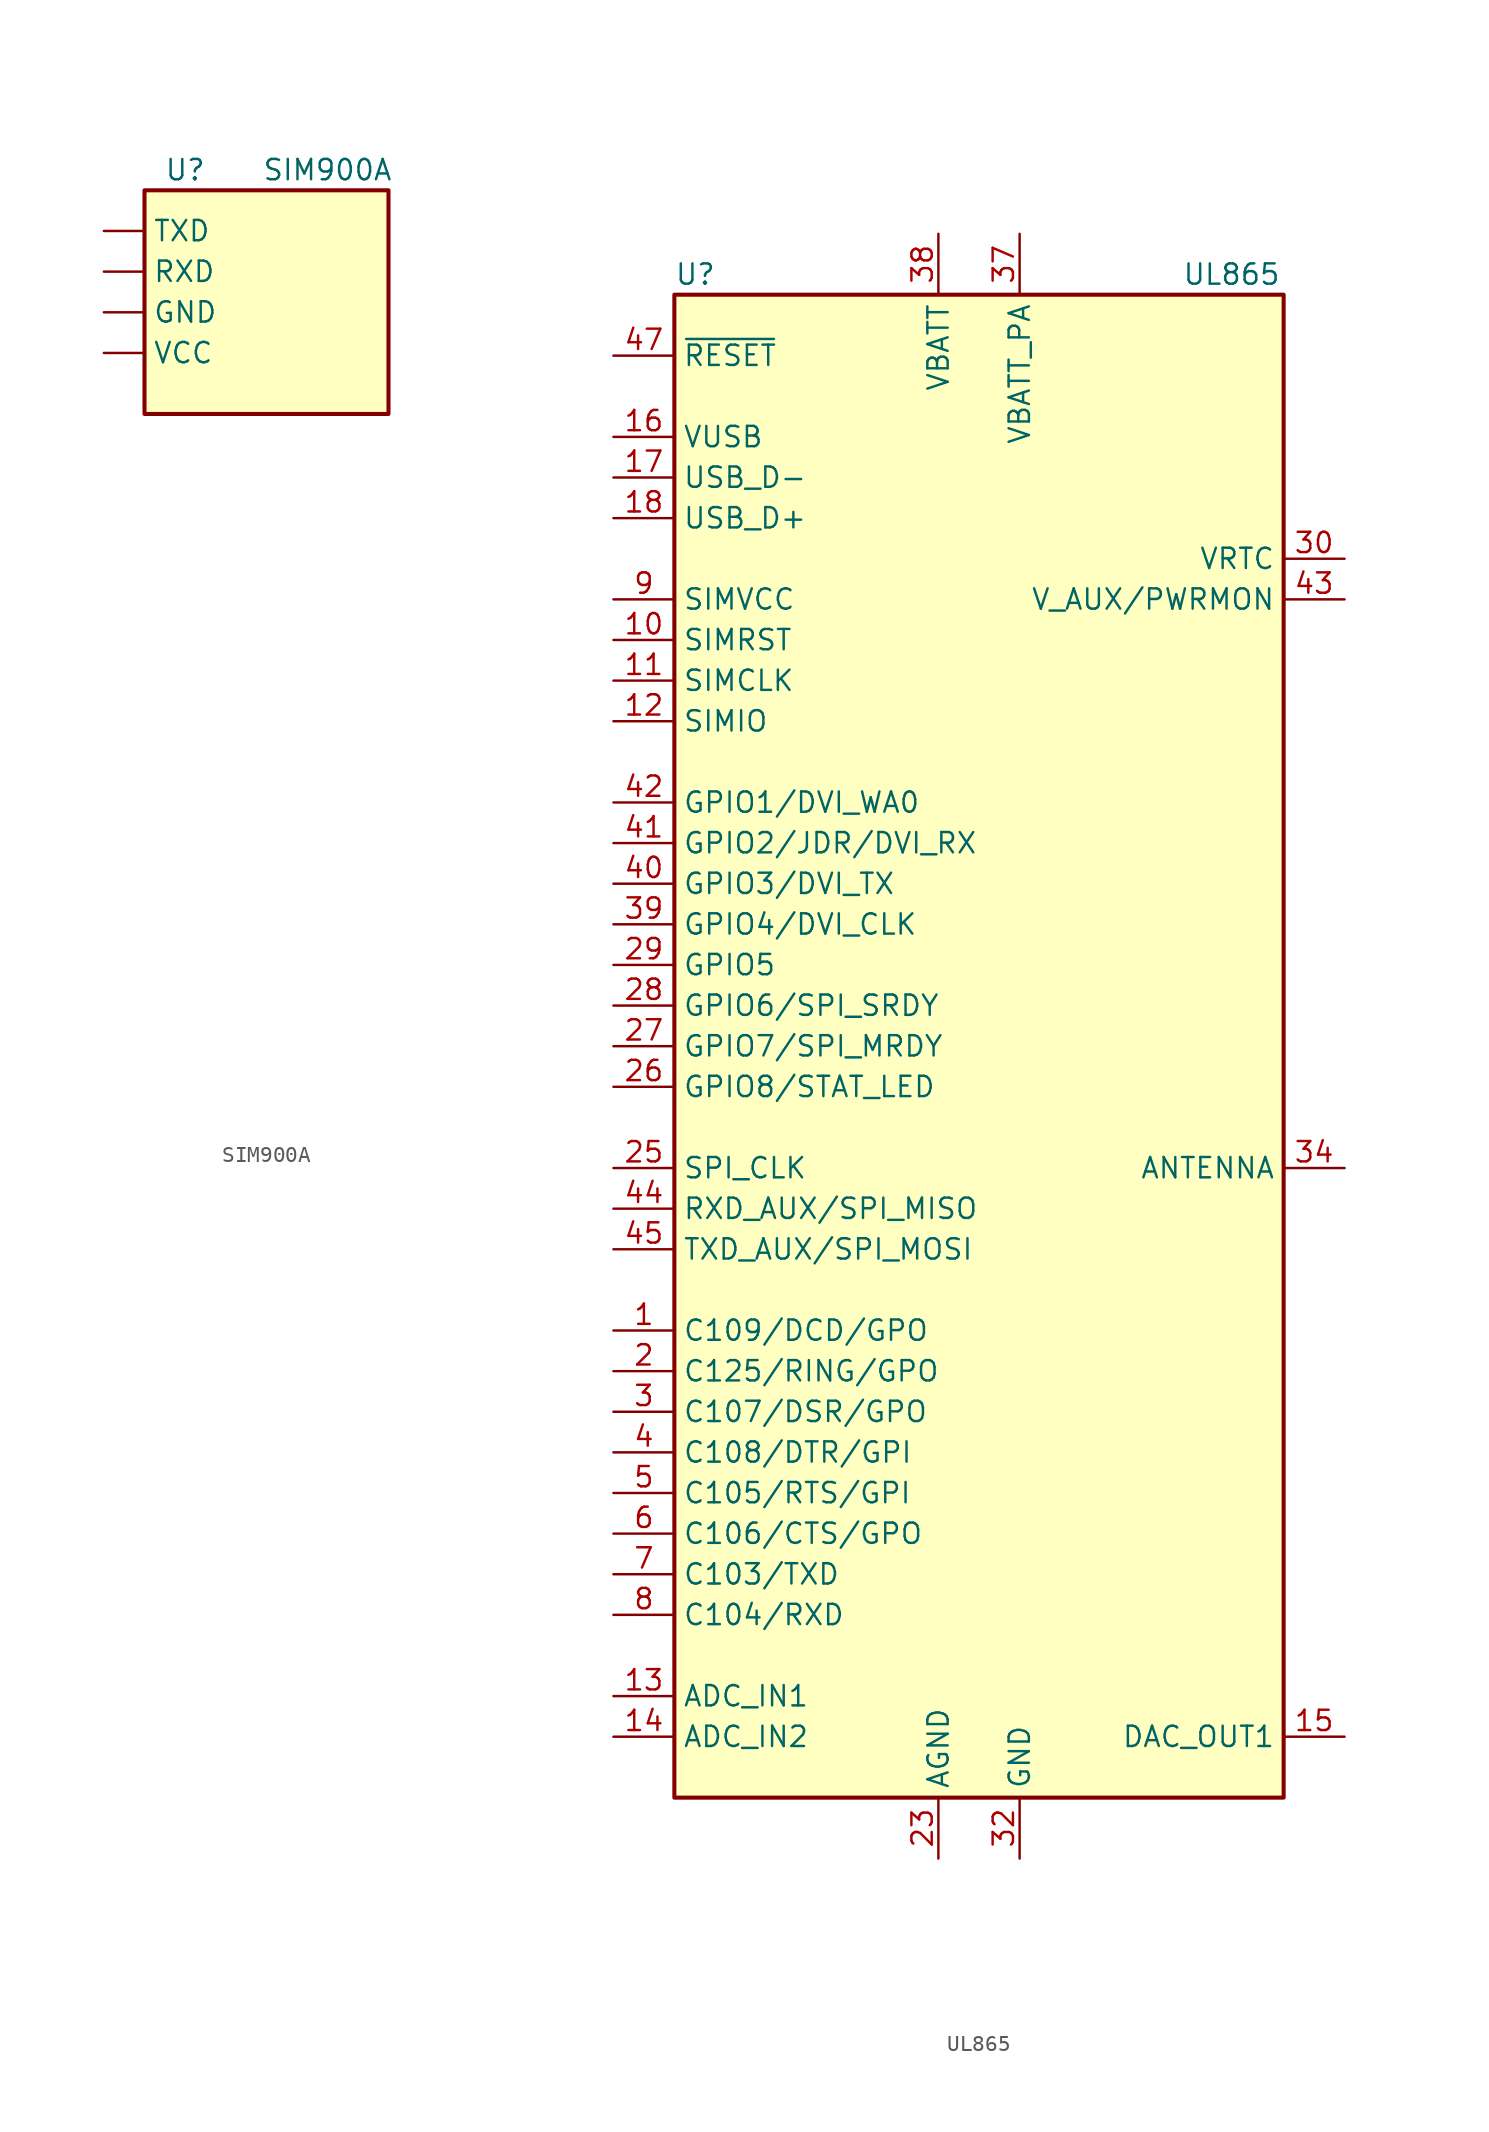
<source format=kicad_sym>
(kicad_symbol_lib
  (version 20211014)
  (generator kicad_symbol_editor)
  (symbol "SIM900A"
    (property "Reference" "U"
      (at -15.24 26.67 0)
      (effects (font (size 1.27 1.27))))
    (property "Value" "SIM900A"
      (at -6.35 26.67 0)
      (effects (font (size 1.27 1.27))))
    (symbol "SIM900A_0_1"
      (rectangle (start -17.78 25.4) (end -2.54 11.43) (stroke (width 0.254) (type default) (color 0 0 0 0)) (fill (type background))))
    (symbol "SIM900A_1_1"
      (pin passive line (at -20.32 17.78 0) (length 2.54) (name "GND" (effects (font (size 1.27 1.27)))) (number "" (effects (font (size 1.27 1.27)))))
      (pin input line (at -20.32 20.32 0) (length 2.54) (name "RXD" (effects (font (size 1.27 1.27)))) (number "" (effects (font (size 1.27 1.27)))))
      (pin output line (at -20.32 22.86 0) (length 2.54) (name "TXD" (effects (font (size 1.27 1.27)))) (number "" (effects (font (size 1.27 1.27)))))
      (pin power_in line (at -20.32 15.24 0) (length 2.54) (name "VCC" (effects (font (size 1.27 1.27)))) (number "" (effects (font (size 1.27 1.27)))))
      (pin passive line (at 0 -27.94 90) (length 2.54) hide (name "GND" (effects (font (size 1.27 1.27)))) (number "13" (effects (font (size 1.27 1.27)))))
      (pin passive line (at 0 -27.94 90) (length 2.54) hide (name "GND" (effects (font (size 1.27 1.27)))) (number "19" (effects (font (size 1.27 1.27)))))
      (pin passive line (at 0 -27.94 90) (length 2.54) hide (name "GND" (effects (font (size 1.27 1.27)))) (number "21" (effects (font (size 1.27 1.27)))))
      (pin passive line (at 0 -27.94 90) (length 2.54) hide (name "GND" (effects (font (size 1.27 1.27)))) (number "27" (effects (font (size 1.27 1.27)))))
      (pin passive line (at 0 -27.94 90) (length 2.54) hide (name "GND" (effects (font (size 1.27 1.27)))) (number "30" (effects (font (size 1.27 1.27)))))
      (pin passive line (at 0 -27.94 90) (length 2.54) hide (name "GND" (effects (font (size 1.27 1.27)))) (number "31" (effects (font (size 1.27 1.27)))))
      (pin passive line (at 0 -27.94 90) (length 2.54) hide (name "GND" (effects (font (size 1.27 1.27)))) (number "33" (effects (font (size 1.27 1.27)))))
      (pin passive line (at 0 -27.94 90) (length 2.54) hide (name "GND" (effects (font (size 1.27 1.27)))) (number "36" (effects (font (size 1.27 1.27)))))
      (pin passive line (at 0 -27.94 90) (length 2.54) hide (name "GND" (effects (font (size 1.27 1.27)))) (number "37" (effects (font (size 1.27 1.27)))))))
  (symbol "UL865"
    (property "Reference" "U"
      (at -19.05 43.18 0)
      (effects (font (size 1.27 1.27)) (justify left)))
    (property "Value" "UL865"
      (at 12.7 43.18 0)
      (effects (font (size 1.27 1.27)) (justify left)))
    (symbol "UL865_0_1"
      (rectangle (start -19.05 41.91) (end 19.05 -52.07) (stroke (width 0.254) (type default) (color 0 0 0 0)) (fill (type background))))
    (symbol "UL865_1_1"
      (pin output line (at -22.86 -22.86 0) (length 3.81) (name "C109/DCD/GPO" (effects (font (size 1.27 1.27)))) (number "1" (effects (font (size 1.27 1.27)))))
      (pin output line (at -22.86 20.32 0) (length 3.81) (name "SIMRST" (effects (font (size 1.27 1.27)))) (number "10" (effects (font (size 1.27 1.27)))))
      (pin output line (at -22.86 17.78 0) (length 3.81) (name "SIMCLK" (effects (font (size 1.27 1.27)))) (number "11" (effects (font (size 1.27 1.27)))))
      (pin bidirectional line (at -22.86 15.24 0) (length 3.81) (name "SIMIO" (effects (font (size 1.27 1.27)))) (number "12" (effects (font (size 1.27 1.27)))))
      (pin input line (at -22.86 -45.72 0) (length 3.81) (name "ADC_IN1" (effects (font (size 1.27 1.27)))) (number "13" (effects (font (size 1.27 1.27)))))
      (pin input line (at -22.86 -48.26 0) (length 3.81) (name "ADC_IN2" (effects (font (size 1.27 1.27)))) (number "14" (effects (font (size 1.27 1.27)))))
      (pin output line (at 22.86 -48.26 180) (length 3.81) (name "DAC_OUT1" (effects (font (size 1.27 1.27)))) (number "15" (effects (font (size 1.27 1.27)))))
      (pin input line (at -22.86 33.02 0) (length 3.81) (name "VUSB" (effects (font (size 1.27 1.27)))) (number "16" (effects (font (size 1.27 1.27)))))
      (pin bidirectional line (at -22.86 30.48 0) (length 3.81) (name "USB_D-" (effects (font (size 1.27 1.27)))) (number "17" (effects (font (size 1.27 1.27)))))
      (pin bidirectional line (at -22.86 27.94 0) (length 3.81) (name "USB_D+" (effects (font (size 1.27 1.27)))) (number "18" (effects (font (size 1.27 1.27)))))
      (pin no_connect line (at 19.05 -17.78 180) (length 3.81) hide (name "NC" (effects (font (size 1.27 1.27)))) (number "19" (effects (font (size 1.27 1.27)))))
      (pin output line (at -22.86 -25.4 0) (length 3.81) (name "C125/RING/GPO" (effects (font (size 1.27 1.27)))) (number "2" (effects (font (size 1.27 1.27)))))
      (pin no_connect line (at 19.05 -20.32 180) (length 3.81) hide (name "NC" (effects (font (size 1.27 1.27)))) (number "20" (effects (font (size 1.27 1.27)))))
      (pin no_connect line (at 19.05 -22.86 180) (length 3.81) hide (name "NC" (effects (font (size 1.27 1.27)))) (number "21" (effects (font (size 1.27 1.27)))))
      (pin no_connect line (at 19.05 -25.4 180) (length 3.81) hide (name "NC" (effects (font (size 1.27 1.27)))) (number "22" (effects (font (size 1.27 1.27)))))
      (pin power_in line (at -2.54 -55.88 90) (length 3.81) (name "AGND" (effects (font (size 1.27 1.27)))) (number "23" (effects (font (size 1.27 1.27)))))
      (pin no_connect line (at 19.05 -30.48 180) (length 3.81) hide (name "NC" (effects (font (size 1.27 1.27)))) (number "24" (effects (font (size 1.27 1.27)))))
      (pin bidirectional line (at -22.86 -12.7 0) (length 3.81) (name "SPI_CLK" (effects (font (size 1.27 1.27)))) (number "25" (effects (font (size 1.27 1.27)))))
      (pin bidirectional line (at -22.86 -7.62 0) (length 3.81) (name "GPIO8/STAT_LED" (effects (font (size 1.27 1.27)))) (number "26" (effects (font (size 1.27 1.27)))))
      (pin bidirectional line (at -22.86 -5.08 0) (length 3.81) (name "GPIO7/SPI_MRDY" (effects (font (size 1.27 1.27)))) (number "27" (effects (font (size 1.27 1.27)))))
      (pin bidirectional line (at -22.86 -2.54 0) (length 3.81) (name "GPIO6/SPI_SRDY" (effects (font (size 1.27 1.27)))) (number "28" (effects (font (size 1.27 1.27)))))
      (pin bidirectional line (at -22.86 0 0) (length 3.81) (name "GPIO5" (effects (font (size 1.27 1.27)))) (number "29" (effects (font (size 1.27 1.27)))))
      (pin output line (at -22.86 -27.94 0) (length 3.81) (name "C107/DSR/GPO" (effects (font (size 1.27 1.27)))) (number "3" (effects (font (size 1.27 1.27)))))
      (pin power_out line (at 22.86 25.4 180) (length 3.81) (name "VRTC" (effects (font (size 1.27 1.27)))) (number "30" (effects (font (size 1.27 1.27)))))
      (pin no_connect line (at 19.05 -33.02 180) (length 3.81) hide (name "NC" (effects (font (size 1.27 1.27)))) (number "31" (effects (font (size 1.27 1.27)))))
      (pin power_in line (at 2.54 -55.88 90) (length 3.81) (name "GND" (effects (font (size 1.27 1.27)))) (number "32" (effects (font (size 1.27 1.27)))))
      (pin passive line (at 2.54 -55.88 90) (length 3.81) hide (name "GND" (effects (font (size 1.27 1.27)))) (number "33" (effects (font (size 1.27 1.27)))))
      (pin bidirectional line (at 22.86 -12.7 180) (length 3.81) (name "ANTENNA" (effects (font (size 1.27 1.27)))) (number "34" (effects (font (size 1.27 1.27)))))
      (pin passive line (at 2.54 -55.88 90) (length 3.81) hide (name "GND" (effects (font (size 1.27 1.27)))) (number "35" (effects (font (size 1.27 1.27)))))
      (pin passive line (at 2.54 -55.88 90) (length 3.81) hide (name "GND" (effects (font (size 1.27 1.27)))) (number "36" (effects (font (size 1.27 1.27)))))
      (pin power_in line (at 2.54 45.72 270) (length 3.81) (name "VBATT_PA" (effects (font (size 1.27 1.27)))) (number "37" (effects (font (size 1.27 1.27)))))
      (pin power_in line (at -2.54 45.72 270) (length 3.81) (name "VBATT" (effects (font (size 1.27 1.27)))) (number "38" (effects (font (size 1.27 1.27)))))
      (pin bidirectional line (at -22.86 2.54 0) (length 3.81) (name "GPIO4/DVI_CLK" (effects (font (size 1.27 1.27)))) (number "39" (effects (font (size 1.27 1.27)))))
      (pin input line (at -22.86 -30.48 0) (length 3.81) (name "C108/DTR/GPI" (effects (font (size 1.27 1.27)))) (number "4" (effects (font (size 1.27 1.27)))))
      (pin bidirectional line (at -22.86 5.08 0) (length 3.81) (name "GPIO3/DVI_TX" (effects (font (size 1.27 1.27)))) (number "40" (effects (font (size 1.27 1.27)))))
      (pin bidirectional line (at -22.86 7.62 0) (length 3.81) (name "GPIO2/JDR/DVI_RX" (effects (font (size 1.27 1.27)))) (number "41" (effects (font (size 1.27 1.27)))))
      (pin bidirectional line (at -22.86 10.16 0) (length 3.81) (name "GPIO1/DVI_WA0" (effects (font (size 1.27 1.27)))) (number "42" (effects (font (size 1.27 1.27)))))
      (pin power_out line (at 22.86 22.86 180) (length 3.81) (name "V_AUX/PWRMON" (effects (font (size 1.27 1.27)))) (number "43" (effects (font (size 1.27 1.27)))))
      (pin bidirectional line (at -22.86 -15.24 0) (length 3.81) (name "RXD_AUX/SPI_MISO" (effects (font (size 1.27 1.27)))) (number "44" (effects (font (size 1.27 1.27)))))
      (pin bidirectional line (at -22.86 -17.78 0) (length 3.81) (name "TXD_AUX/SPI_MOSI" (effects (font (size 1.27 1.27)))) (number "45" (effects (font (size 1.27 1.27)))))
      (pin passive line (at 2.54 -55.88 90) (length 3.81) hide (name "GND" (effects (font (size 1.27 1.27)))) (number "46" (effects (font (size 1.27 1.27)))))
      (pin input line (at -22.86 38.1 0) (length 3.81) (name "~{RESET}" (effects (font (size 1.27 1.27)))) (number "47" (effects (font (size 1.27 1.27)))))
      (pin no_connect line (at 19.05 -35.56 180) (length 3.81) hide (name "NC" (effects (font (size 1.27 1.27)))) (number "48" (effects (font (size 1.27 1.27)))))
      (pin input line (at -22.86 -33.02 0) (length 3.81) (name "C105/RTS/GPI" (effects (font (size 1.27 1.27)))) (number "5" (effects (font (size 1.27 1.27)))))
      (pin output line (at -22.86 -35.56 0) (length 3.81) (name "C106/CTS/GPO" (effects (font (size 1.27 1.27)))) (number "6" (effects (font (size 1.27 1.27)))))
      (pin input line (at -22.86 -38.1 0) (length 3.81) (name "C103/TXD" (effects (font (size 1.27 1.27)))) (number "7" (effects (font (size 1.27 1.27)))))
      (pin output line (at -22.86 -40.64 0) (length 3.81) (name "C104/RXD" (effects (font (size 1.27 1.27)))) (number "8" (effects (font (size 1.27 1.27)))))
      (pin power_out line (at -22.86 22.86 0) (length 3.81) (name "SIMVCC" (effects (font (size 1.27 1.27)))) (number "9" (effects (font (size 1.27 1.27))))))))
</source>
